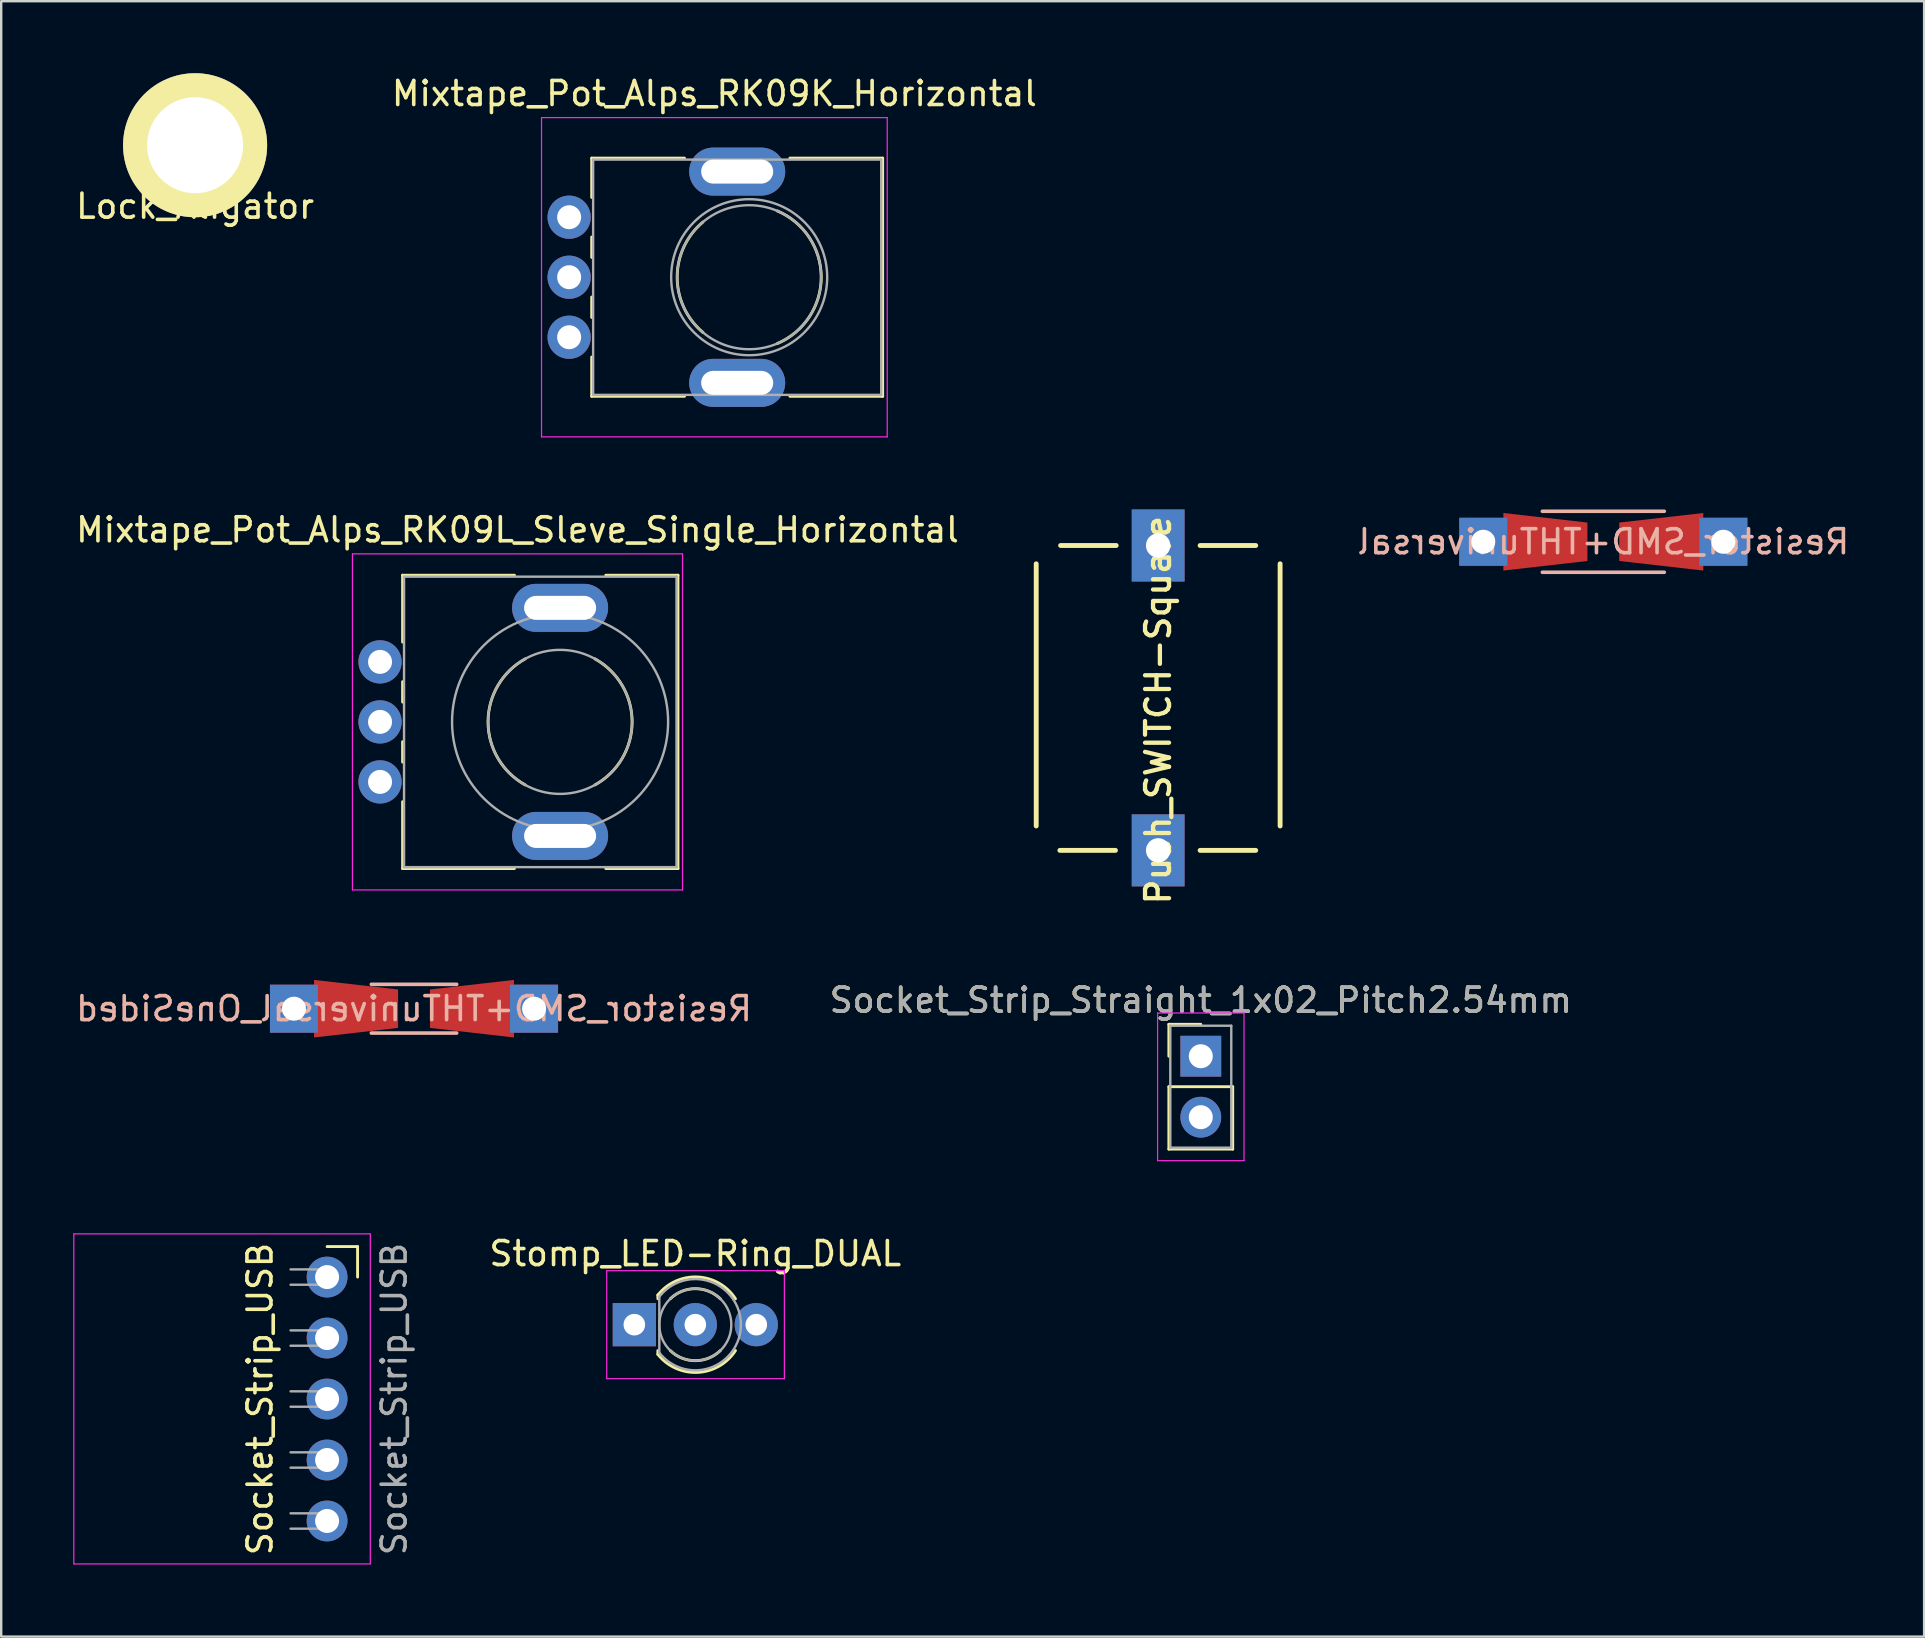
<source format=kicad_pcb>
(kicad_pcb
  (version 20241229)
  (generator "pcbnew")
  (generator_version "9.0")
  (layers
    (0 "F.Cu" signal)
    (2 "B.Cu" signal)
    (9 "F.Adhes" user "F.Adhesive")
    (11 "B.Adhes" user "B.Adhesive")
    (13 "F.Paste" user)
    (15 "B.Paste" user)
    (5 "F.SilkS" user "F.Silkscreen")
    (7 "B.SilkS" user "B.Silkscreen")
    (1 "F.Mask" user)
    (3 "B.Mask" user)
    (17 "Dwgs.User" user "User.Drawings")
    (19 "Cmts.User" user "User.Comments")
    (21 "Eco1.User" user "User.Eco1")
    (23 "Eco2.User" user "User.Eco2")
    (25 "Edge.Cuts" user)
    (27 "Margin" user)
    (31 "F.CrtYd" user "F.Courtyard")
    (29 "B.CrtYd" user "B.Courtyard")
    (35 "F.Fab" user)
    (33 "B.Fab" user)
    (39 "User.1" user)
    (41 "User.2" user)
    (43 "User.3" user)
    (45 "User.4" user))
  (footprint "Resistor_SMD+THTuniversal"
    (layer "F.Cu")
    (at 63.738 19.518)
    (property "Reference" "Resistor_SMD+THTuniversal" (at 0 0 0) (layer "B.SilkS") (effects (font (size 1 1) (thickness 0.15)) (justify mirror)))
    (attr through_hole)
    (fp_line (start -2.54 -1.27) (end 2.54 -1.27) (stroke (width 0.15) (type solid)) (layer "B.SilkS"))
    (fp_line (start -2.54 1.27) (end 2.54 1.27) (stroke (width 0.15) (type solid)) (layer "B.SilkS"))
    (pad "1" thru_hole rect (at -5.001 0 180) (size 1.999 1.999) (drill 1.001) (layers "*.Cu" "*.Mask"))
    (pad "1" smd trapezoid (at -2.413 0) (size 3.5 1.999) (rect_delta 0.399 0) (layers "F.Cu" "F.Mask" "F.Paste"))
    (pad "2" smd trapezoid (at 2.413 0 180) (size 3.5 1.999) (rect_delta 0.399 0) (layers "F.Cu" "F.Mask" "F.Paste"))
    (pad "2" thru_hole rect (at 5.001 0 180) (size 1.999 1.999) (drill 1.001) (layers "*.Cu" "*.Mask")))
  (footprint "Stomp_LED-Ring_DUAL"
    (layer "F.Cu")
    (at 23.374 52.131)
    (property "Reference" "Stomp_LED-Ring_DUAL" (at 2.54 -2.96 0) (layer "F.SilkS") (effects (font (size 1 1) (thickness 0.15))))
    (attr through_hole)
    (fp_line (start 0.98 -1.236) (end 0.98 -1.08) (stroke (width 0.12) (type solid)) (layer "F.SilkS"))
    (fp_line (start 0.98 1.08) (end 0.98 1.236) (stroke (width 0.12) (type solid)) (layer "F.SilkS"))
    (fp_arc (start 0.98 -1.235516) (mid 2.636487 -1.987659) (end 4.212335 -1.078608) (stroke (width 0.12) (type solid)) (layer "F.SilkS"))
    (fp_arc (start 1.499039 -1.08) (mid 2.540117 -1.5) (end 3.58113 -1.079837) (stroke (width 0.12) (type solid)) (layer "F.SilkS"))
    (fp_arc (start 3.58113 1.079837) (mid 2.540117 1.5) (end 1.499039 1.08) (stroke (width 0.12) (type solid)) (layer "F.SilkS"))
    (fp_arc (start 4.212335 1.078608) (mid 2.636487 1.987659) (end 0.98 1.235516) (stroke (width 0.12) (type solid)) (layer "F.SilkS"))
    (fp_line (start -1.15 -2.25) (end -1.15 2.25) (stroke (width 0.05) (type solid)) (layer "F.CrtYd"))
    (fp_line (start -1.15 2.25) (end 6.25 2.25) (stroke (width 0.05) (type solid)) (layer "F.CrtYd"))
    (fp_line (start 6.25 -2.25) (end -1.15 -2.25) (stroke (width 0.05) (type solid)) (layer "F.CrtYd"))
    (fp_line (start 6.25 2.25) (end 6.25 -2.25) (stroke (width 0.05) (type solid)) (layer "F.CrtYd"))
    (fp_line (start 1.04 -1.166) (end 1.04 1.166) (stroke (width 0.1) (type solid)) (layer "F.Fab"))
    (fp_arc (start 1.04 -1.16619) (mid 4.44 0.000452) (end 1.039445 1.165476) (stroke (width 0.1) (type solid)) (layer "F.Fab"))
    (fp_circle (center 2.54 0) (end 4.04 0) (stroke (width 0.1) (type solid)) (fill no) (layer "F.Fab"))
    (pad "1" thru_hole circle (at 5.08 0) (size 1.8 1.8) (drill 0.9) (layers "*.Cu" "*.Mask"))
    (pad "2" thru_hole circle (at 2.54 0) (size 1.8 1.8) (drill 0.9) (layers "*.Cu" "*.Mask"))
    (pad "3" thru_hole rect (at 0 0) (size 1.8 1.8) (drill 0.9) (layers "*.Cu" "*.Mask")))
  (footprint "Lock_Aligator"
    (layer "F.Cu")
    (at 5.077 3)
    (property "Reference" "Lock_Aligator" (at 0 2.54 0) (layer "F.SilkS") (effects (font (size 1 1) (thickness 0.15))))
    (attr through_hole)
    (pad "1" thru_hole circle (at 0 0) (size 6 6) (drill 4) (layers "*.Cu" "*.Mask" "F.SilkS")))
  (footprint "Resistor_SMD+THTuniversal_OneSided"
    (layer "F.Cu")
    (at 14.196 38.968)
    (property "Reference" "Resistor_SMD+THTuniversal_OneSided" (at 0 0 0) (layer "B.SilkS") (effects (font (size 1 1) (thickness 0.15)) (justify mirror)))
    (attr through_hole)
    (fp_line (start -1.778 -1.016) (end 1.778 -1.016) (stroke (width 0.15) (type solid)) (layer "B.SilkS"))
    (fp_line (start -1.778 1.016) (end 1.778 1.016) (stroke (width 0.15) (type solid)) (layer "B.SilkS"))
    (pad "1" thru_hole rect (at -5.001 0 180) (size 1.999 1.999) (drill 1.001) (layers "F.Cu" "F.Mask"))
    (pad "1" smd trapezoid (at -2.413 0) (size 3.5 1.999) (rect_delta 0.399 0) (layers "F.Cu" "F.Mask" "F.Paste"))
    (pad "2" smd trapezoid (at 2.413 0 180) (size 3.5 1.999) (rect_delta 0.399 0) (layers "F.Cu" "F.Mask" "F.Paste"))
    (pad "2" thru_hole rect (at 5.001 0 180) (size 1.999 1.999) (drill 1.001) (layers "F.Cu" "F.Mask")))
  (footprint "Socket_Strip_Straight_1x02_Pitch2.54mm"
    (layer "F.Cu")
    (at 46.97 40.948)
    (property "Reference" "Socket_Strip_Straight_1x02_Pitch2.54mm" (at 0 -2.33 0) (layer "F.SilkS") (effects (font (size 1 1) (thickness 0.15))))
    (attr through_hole)
    (fp_line (start -1.33 -1.33) (end 0 -1.33) (stroke (width 0.12) (type solid)) (layer "F.SilkS"))
    (fp_line (start -1.33 0) (end -1.33 -1.33) (stroke (width 0.12) (type solid)) (layer "F.SilkS"))
    (fp_line (start -1.33 1.27) (end -1.33 3.87) (stroke (width 0.12) (type solid)) (layer "F.SilkS"))
    (fp_line (start -1.33 3.87) (end 1.33 3.87) (stroke (width 0.12) (type solid)) (layer "F.SilkS"))
    (fp_line (start 1.33 1.27) (end -1.33 1.27) (stroke (width 0.12) (type solid)) (layer "F.SilkS"))
    (fp_line (start 1.33 3.87) (end 1.33 1.27) (stroke (width 0.12) (type solid)) (layer "F.SilkS"))
    (fp_line (start -1.8 -1.8) (end -1.8 4.35) (stroke (width 0.05) (type solid)) (layer "F.CrtYd"))
    (fp_line (start -1.8 4.35) (end 1.8 4.35) (stroke (width 0.05) (type solid)) (layer "F.CrtYd"))
    (fp_line (start 1.8 -1.8) (end -1.8 -1.8) (stroke (width 0.05) (type solid)) (layer "F.CrtYd"))
    (fp_line (start 1.8 4.35) (end 1.8 -1.8) (stroke (width 0.05) (type solid)) (layer "F.CrtYd"))
    (fp_line (start -1.27 -1.27) (end -1.27 3.81) (stroke (width 0.1) (type solid)) (layer "F.Fab"))
    (fp_line (start -1.27 3.81) (end 1.27 3.81) (stroke (width 0.1) (type solid)) (layer "F.Fab"))
    (fp_line (start 1.27 -1.27) (end -1.27 -1.27) (stroke (width 0.1) (type solid)) (layer "F.Fab"))
    (fp_line (start 1.27 3.81) (end 1.27 -1.27) (stroke (width 0.1) (type solid)) (layer "F.Fab"))
    (fp_text user "${REFERENCE}" (at 0 -2.33 0) (layer "F.Fab") (effects (font (size 1 1) (thickness 0.15))))
    (pad "1" thru_hole rect (at 0 0) (size 1.7 1.7) (drill 1) (layers "*.Cu" "*.Mask"))
    (pad "2" thru_hole oval (at 0 2.54) (size 1.7 1.7) (drill 1) (layers "*.Cu" "*.Mask")))
  (footprint "Socket_Strip_USB"
    (layer "F.Cu")
    (at 10.575 50.148)
    (property "Reference" "Socket_Strip_USB" (at -2.794 5.08 270) (layer "F.SilkS") (effects (font (size 1 1) (thickness 0.15))))
    (attr through_hole)
    (fp_line (start 0 -1.27) (end 1.27 -1.27) (stroke (width 0.12) (type solid)) (layer "F.SilkS"))
    (fp_line (start 1.27 -1.27) (end 1.27 0) (stroke (width 0.12) (type solid)) (layer "F.SilkS"))
    (fp_line (start -10.55 -1.8) (end 1.8 -1.8) (stroke (width 0.05) (type solid)) (layer "F.CrtYd"))
    (fp_line (start -10.55 11.95) (end -10.55 -1.8) (stroke (width 0.05) (type solid)) (layer "F.CrtYd"))
    (fp_line (start 1.8 -1.8) (end 1.8 11.95) (stroke (width 0.05) (type solid)) (layer "F.CrtYd"))
    (fp_line (start 1.8 11.95) (end -10.55 11.95) (stroke (width 0.05) (type solid)) (layer "F.CrtYd"))
    (fp_line (start -1.52 -0.32) (end 0 -0.32) (stroke (width 0.1) (type solid)) (layer "F.Fab"))
    (fp_line (start -1.52 2.22) (end 0 2.22) (stroke (width 0.1) (type solid)) (layer "F.Fab"))
    (fp_line (start -1.52 4.76) (end 0 4.76) (stroke (width 0.1) (type solid)) (layer "F.Fab"))
    (fp_line (start -1.52 7.3) (end 0 7.3) (stroke (width 0.1) (type solid)) (layer "F.Fab"))
    (fp_line (start -1.52 9.84) (end 0 9.84) (stroke (width 0.1) (type solid)) (layer "F.Fab"))
    (fp_line (start 0 -0.32) (end 0 0.32) (stroke (width 0.1) (type solid)) (layer "F.Fab"))
    (fp_line (start 0 0.32) (end -1.52 0.32) (stroke (width 0.1) (type solid)) (layer "F.Fab"))
    (fp_line (start 0 2.22) (end 0 2.86) (stroke (width 0.1) (type solid)) (layer "F.Fab"))
    (fp_line (start 0 2.86) (end -1.52 2.86) (stroke (width 0.1) (type solid)) (layer "F.Fab"))
    (fp_line (start 0 4.76) (end 0 5.4) (stroke (width 0.1) (type solid)) (layer "F.Fab"))
    (fp_line (start 0 5.4) (end -1.52 5.4) (stroke (width 0.1) (type solid)) (layer "F.Fab"))
    (fp_line (start 0 7.3) (end 0 7.94) (stroke (width 0.1) (type solid)) (layer "F.Fab"))
    (fp_line (start 0 7.94) (end -1.52 7.94) (stroke (width 0.1) (type solid)) (layer "F.Fab"))
    (fp_line (start 0 9.84) (end 0 10.48) (stroke (width 0.1) (type solid)) (layer "F.Fab"))
    (fp_line (start 0 10.48) (end -1.52 10.48) (stroke (width 0.1) (type solid)) (layer "F.Fab"))
    (fp_text user "${REFERENCE}" (at 2.794 5.08 90) (layer "F.Fab") (effects (font (size 1 1) (thickness 0.15))))
    (pad "1" thru_hole circle (at 0 0) (size 1.7 1.7) (drill 1) (layers "*.Cu" "*.Mask"))
    (pad "2" thru_hole oval (at 0 2.54) (size 1.7 1.7) (drill 1) (layers "*.Cu" "*.Mask"))
    (pad "3" thru_hole oval (at 0 5.08) (size 1.7 1.7) (drill 1) (layers "*.Cu" "*.Mask"))
    (pad "4" thru_hole oval (at 0 7.62) (size 1.7 1.7) (drill 1) (layers "*.Cu" "*.Mask"))
    (pad "5" thru_hole oval (at 0 10.16) (size 1.7 1.7) (drill 1) (layers "*.Cu" "*.Mask")))
  (footprint "Mixtape_Pot_Alps_RK09K_Horizontal"
    (layer "F.Cu")
    (at 20.658 10.998)
    (property "Reference" "Mixtape_Pot_Alps_RK09K_Horizontal" (at 6.05 -10.15 0) (layer "F.SilkS") (effects (font (size 1 1) (thickness 0.15))))
    (attr through_hole)
    (fp_line (start 0.94 -7.461) (end 0.94 -5.825) (stroke (width 0.12) (type solid)) (layer "F.SilkS"))
    (fp_line (start 0.94 -7.461) (end 4.806 -7.461) (stroke (width 0.12) (type solid)) (layer "F.SilkS"))
    (fp_line (start 0.94 -4.175) (end 0.94 -3.325) (stroke (width 0.12) (type solid)) (layer "F.SilkS"))
    (fp_line (start 0.94 -1.675) (end 0.94 -0.825) (stroke (width 0.12) (type solid)) (layer "F.SilkS"))
    (fp_line (start 0.94 0.825) (end 0.94 2.46) (stroke (width 0.12) (type solid)) (layer "F.SilkS"))
    (fp_line (start 0.94 2.46) (end 4.806 2.46) (stroke (width 0.12) (type solid)) (layer "F.SilkS"))
    (fp_line (start 9.195 -7.461) (end 13.06 -7.461) (stroke (width 0.12) (type solid)) (layer "F.SilkS"))
    (fp_line (start 9.195 2.46) (end 13.06 2.46) (stroke (width 0.12) (type solid)) (layer "F.SilkS"))
    (fp_line (start 13.06 -7.461) (end 13.06 2.46) (stroke (width 0.12) (type solid)) (layer "F.SilkS"))
    (fp_arc (start 5.571705 -0.202247) (mid 4.500335 -2.500192) (end 5.572 -4.798) (stroke (width 0.12) (type solid)) (layer "F.SilkS"))
    (fp_arc (start 8.671982 -5.262432) (mid 10.500762 -2.500553) (end 8.673 0.262) (stroke (width 0.12) (type solid)) (layer "F.SilkS"))
    (fp_line (start -1.15 -9.15) (end -1.15 4.15) (stroke (width 0.05) (type solid)) (layer "F.CrtYd"))
    (fp_line (start -1.15 4.15) (end 13.25 4.15) (stroke (width 0.05) (type solid)) (layer "F.CrtYd"))
    (fp_line (start 13.25 -9.15) (end -1.15 -9.15) (stroke (width 0.05) (type solid)) (layer "F.CrtYd"))
    (fp_line (start 13.25 4.15) (end 13.25 -9.15) (stroke (width 0.05) (type solid)) (layer "F.CrtYd"))
    (fp_line (start 1 -7.4) (end 1 2.4) (stroke (width 0.1) (type solid)) (layer "F.Fab"))
    (fp_line (start 1 2.4) (end 13 2.4) (stroke (width 0.1) (type solid)) (layer "F.Fab"))
    (fp_line (start 13 -7.4) (end 1 -7.4) (stroke (width 0.1) (type solid)) (layer "F.Fab"))
    (fp_line (start 13 2.4) (end 13 -7.4) (stroke (width 0.1) (type solid)) (layer "F.Fab"))
    (fp_circle (center 7.5 -2.5) (end 10.5 -2.5) (stroke (width 0.1) (type solid)) (fill no) (layer "F.Fab"))
    (fp_circle (center 7.5 -2.5) (end 10.75 -2.5) (stroke (width 0.1) (type solid)) (fill no) (layer "F.Fab"))
    (pad "" np_thru_hole oval (at 7 -6.9) (size 4 2) (drill oval 3 1) (layers "*.Cu" "*.Mask"))
    (pad "" np_thru_hole oval (at 7 1.9) (size 4 2) (drill oval 3 1) (layers "*.Cu" "*.Mask"))
    (pad "1" thru_hole circle (at 0 0) (size 1.8 1.8) (drill 1) (layers "*.Cu" "*.Mask"))
    (pad "2" thru_hole circle (at 0 -2.5) (size 1.8 1.8) (drill 1) (layers "*.Cu" "*.Mask"))
    (pad "3" thru_hole circle (at 0 -5) (size 1.8 1.8) (drill 1) (layers "*.Cu" "*.Mask")))
  (footprint "Mixtape_Pot_Alps_RK09L_Sleve_Single_Horizontal"
    (layer "F.Cu")
    (at 12.781 29.521)
    (property "Reference" "Mixtape_Pot_Alps_RK09L_Sleve_Single_Horizontal" (at 5.725 -10.5 0) (layer "F.SilkS") (effects (font (size 1 1) (thickness 0.15))))
    (attr through_hole)
    (fp_line (start 0.94 -8.61) (end 0.94 -5.825) (stroke (width 0.12) (type solid)) (layer "F.SilkS"))
    (fp_line (start 0.94 -8.61) (end 5.598 -8.61) (stroke (width 0.12) (type solid)) (layer "F.SilkS"))
    (fp_line (start 0.94 -4.175) (end 0.94 -3.325) (stroke (width 0.12) (type solid)) (layer "F.SilkS"))
    (fp_line (start 0.94 -1.675) (end 0.94 -0.825) (stroke (width 0.12) (type solid)) (layer "F.SilkS"))
    (fp_line (start 0.94 0.825) (end 0.94 3.61) (stroke (width 0.12) (type solid)) (layer "F.SilkS"))
    (fp_line (start 0.94 3.61) (end 5.598 3.61) (stroke (width 0.12) (type solid)) (layer "F.SilkS"))
    (fp_line (start 9.403 -8.61) (end 12.41 -8.61) (stroke (width 0.12) (type solid)) (layer "F.SilkS"))
    (fp_line (start 9.403 3.61) (end 12.41 3.61) (stroke (width 0.12) (type solid)) (layer "F.SilkS"))
    (fp_line (start 12.41 -8.61) (end 12.41 3.61) (stroke (width 0.12) (type solid)) (layer "F.SilkS"))
    (fp_arc (start 6.044376 0.1241) (mid 4.49921 -2.500928) (end 6.046 -5.125) (stroke (width 0.12) (type solid)) (layer "F.SilkS"))
    (fp_arc (start 8.954246 -5.124418) (mid 10.5004 -2.500431) (end 8.955 0.124) (stroke (width 0.12) (type solid)) (layer "F.SilkS"))
    (fp_line (start -1.15 -9.5) (end -1.15 4.5) (stroke (width 0.05) (type solid)) (layer "F.CrtYd"))
    (fp_line (start -1.15 4.5) (end 12.6 4.5) (stroke (width 0.05) (type solid)) (layer "F.CrtYd"))
    (fp_line (start 12.6 -9.5) (end -1.15 -9.5) (stroke (width 0.05) (type solid)) (layer "F.CrtYd"))
    (fp_line (start 12.6 4.5) (end 12.6 -9.5) (stroke (width 0.05) (type solid)) (layer "F.CrtYd"))
    (fp_line (start 1 -8.55) (end 1 3.55) (stroke (width 0.1) (type solid)) (layer "F.Fab"))
    (fp_line (start 1 3.55) (end 12.35 3.55) (stroke (width 0.1) (type solid)) (layer "F.Fab"))
    (fp_line (start 12.35 -8.55) (end 1 -8.55) (stroke (width 0.1) (type solid)) (layer "F.Fab"))
    (fp_line (start 12.35 3.55) (end 12.35 -8.55) (stroke (width 0.1) (type solid)) (layer "F.Fab"))
    (fp_circle (center 7.5 -2.5) (end 10.5 -2.5) (stroke (width 0.1) (type solid)) (fill no) (layer "F.Fab"))
    (fp_circle (center 7.5 -2.5) (end 12 -2.5) (stroke (width 0.1) (type solid)) (fill no) (layer "F.Fab"))
    (pad "" np_thru_hole oval (at 7.5 -7.25) (size 4 2) (drill oval 3 1) (layers "*.Cu" "*.Mask"))
    (pad "" np_thru_hole oval (at 7.5 2.25) (size 4 2) (drill oval 3 1) (layers "*.Cu" "*.Mask"))
    (pad "1" thru_hole circle (at 0 0) (size 1.8 1.8) (drill 1) (layers "*.Cu" "*.Mask"))
    (pad "2" thru_hole circle (at 0 -2.5) (size 1.8 1.8) (drill 1) (layers "*.Cu" "*.Mask"))
    (pad "3" thru_hole circle (at 0 -5) (size 1.8 1.8) (drill 1) (layers "*.Cu" "*.Mask")))
  (footprint "Push_SWITCH-Square"
    (layer "F.Cu")
    (at 45.194 24.753)
    (property "Reference" "Push_SWITCH-Square" (at 0 1.778 270) (layer "F.SilkS") (effects (font (size 1 1) (thickness 0.178))))
    (attr exclude_from_pos_files exclude_from_bom)
    (fp_line (start -5.08 -4.318) (end -5.08 6.604) (stroke (width 0.203) (type solid)) (layer "F.SilkS"))
    (fp_line (start -1.778 7.62) (end -4.094 7.62) (stroke (width 0.203) (type solid)) (layer "F.SilkS"))
    (fp_line (start -1.748 -5.08) (end -4.064 -5.08) (stroke (width 0.203) (type solid)) (layer "F.SilkS"))
    (fp_line (start 4.064 -5.08) (end 1.748 -5.08) (stroke (width 0.203) (type solid)) (layer "F.SilkS"))
    (fp_line (start 4.064 7.62) (end 1.748 7.62) (stroke (width 0.203) (type solid)) (layer "F.SilkS"))
    (fp_line (start 5.08 6.604) (end 5.08 -4.318) (stroke (width 0.203) (type solid)) (layer "F.SilkS"))
    (pad "1" thru_hole rect (at 0 -5.08) (size 2.2 3) (drill 1.016) (layers "*.Cu" "*.Mask"))
    (pad "2" thru_hole rect (at 0 7.62) (size 2.2 3) (drill 1.016) (layers "*.Cu" "*.Mask")))
  (gr_rect
    (start -3 -3)
    (end 77.101 65.123)
    (stroke (width 0.1) (type default))
    (fill no)
    (layer "Edge.Cuts")))
</source>
